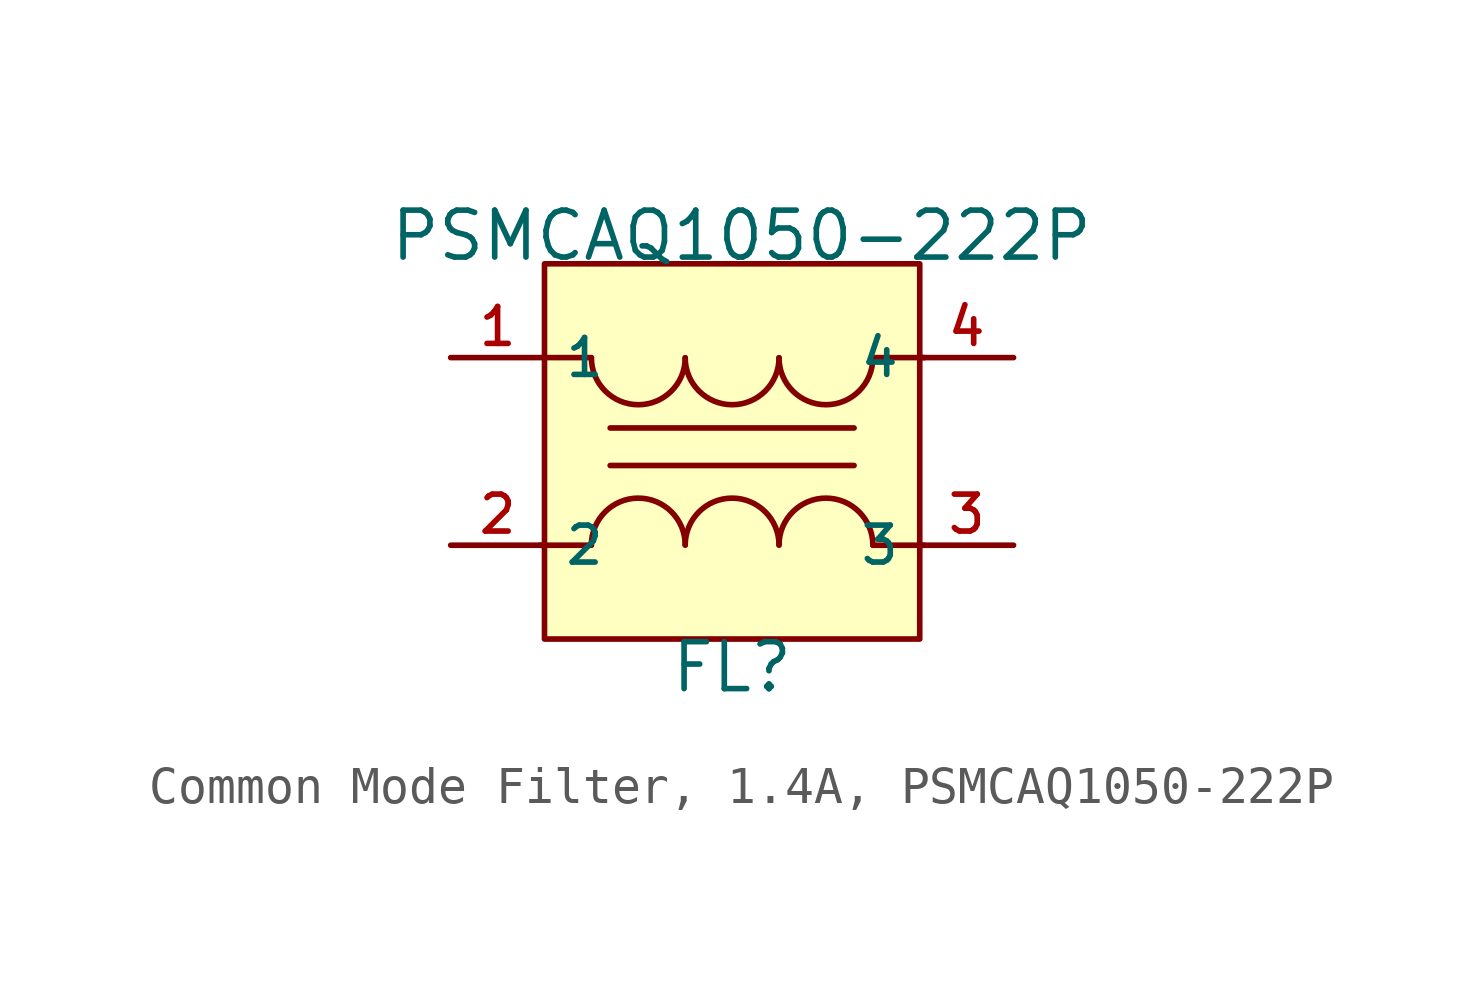
<source format=kicad_sym>
(kicad_symbol_lib
  (version 20231120)
  (generator "CDFER_Archive_Tool")
  (generator_version "0.0")
  (symbol "Common Mode Filter, 1.4A, PSMCAQ1050-222P"
    (property "Reference" "FL"
      (at 0 -5.842 0)
      (effects (font (size 1.27 1.27))))
    (property "Value" "PSMCAQ1050-222P"
      (at 0.254 5.842 0)
      (effects (font (size 1.27 1.27))))
    (symbol "Common Mode Filter, 1.4A, PSMCAQ1050-222P_0_1"
      (arc (start -3.81 2.5345) (mid -2.54 1.27) (end -1.27 2.5345) (stroke (width 0) (type default)) (fill (type none)))
      (arc (start -1.27 -2.5345) (mid -2.54 -1.27) (end -3.81 -2.5345) (stroke (width 0) (type default)) (fill (type none)))
      (arc (start -1.27 2.5345) (mid 0 1.27) (end 1.27 2.5345) (stroke (width 0) (type default)) (fill (type none)))
      (polyline (pts (xy -5.08 2.54) (xy -3.81 2.54)) (stroke (width 0) (type default)) (fill (type none)))
      (polyline (pts (xy -3.81 -2.54) (xy -5.207 -2.54)) (stroke (width 0) (type default)) (fill (type none)))
      (polyline (pts (xy -3.302 -0.381) (xy 3.302 -0.381)) (stroke (width 0) (type default)) (fill (type none)))
      (polyline (pts (xy -3.302 0.635) (xy 3.302 0.635)) (stroke (width 0) (type default)) (fill (type none)))
      (polyline (pts (xy 3.81 -2.54) (xy 5.207 -2.54)) (stroke (width 0) (type default)) (fill (type none)))
      (polyline (pts (xy 3.81 2.54) (xy 5.207 2.54)) (stroke (width 0) (type default)) (fill (type none)))
      (arc (start 1.27 -2.5345) (mid 0 -1.27) (end -1.27 -2.5345) (stroke (width 0) (type default)) (fill (type none)))
      (arc (start 1.27 2.5345) (mid 2.54 1.27) (end 3.81 2.5345) (stroke (width 0) (type default)) (fill (type none)))
      (arc (start 3.81 -2.5345) (mid 2.54 -1.27) (end 1.27 -2.5345) (stroke (width 0) (type default)) (fill (type none))))
    (symbol "Common Mode Filter, 1.4A, PSMCAQ1050-222P_1_1"
      (rectangle (start -5.08 5.08) (end 5.08 -5.08) (stroke (width 0) (type default)) (fill (type background)))
      (pin unspecified line (at -7.62 2.54 0) (length 2.54) (name "1" (effects (font (size 1 1)))) (number "1" (effects (font (size 1 1)))))
      (pin unspecified line (at -7.62 -2.54 0) (length 2.54) (name "2" (effects (font (size 1 1)))) (number "2" (effects (font (size 1 1)))))
      (pin unspecified line (at 7.62 -2.54 180) (length 2.54) (name "3" (effects (font (size 1 1)))) (number "3" (effects (font (size 1 1)))))
      (pin unspecified line (at 7.62 2.54 180) (length 2.54) (name "4" (effects (font (size 1 1)))) (number "4" (effects (font (size 1 1))))))))
</source>
